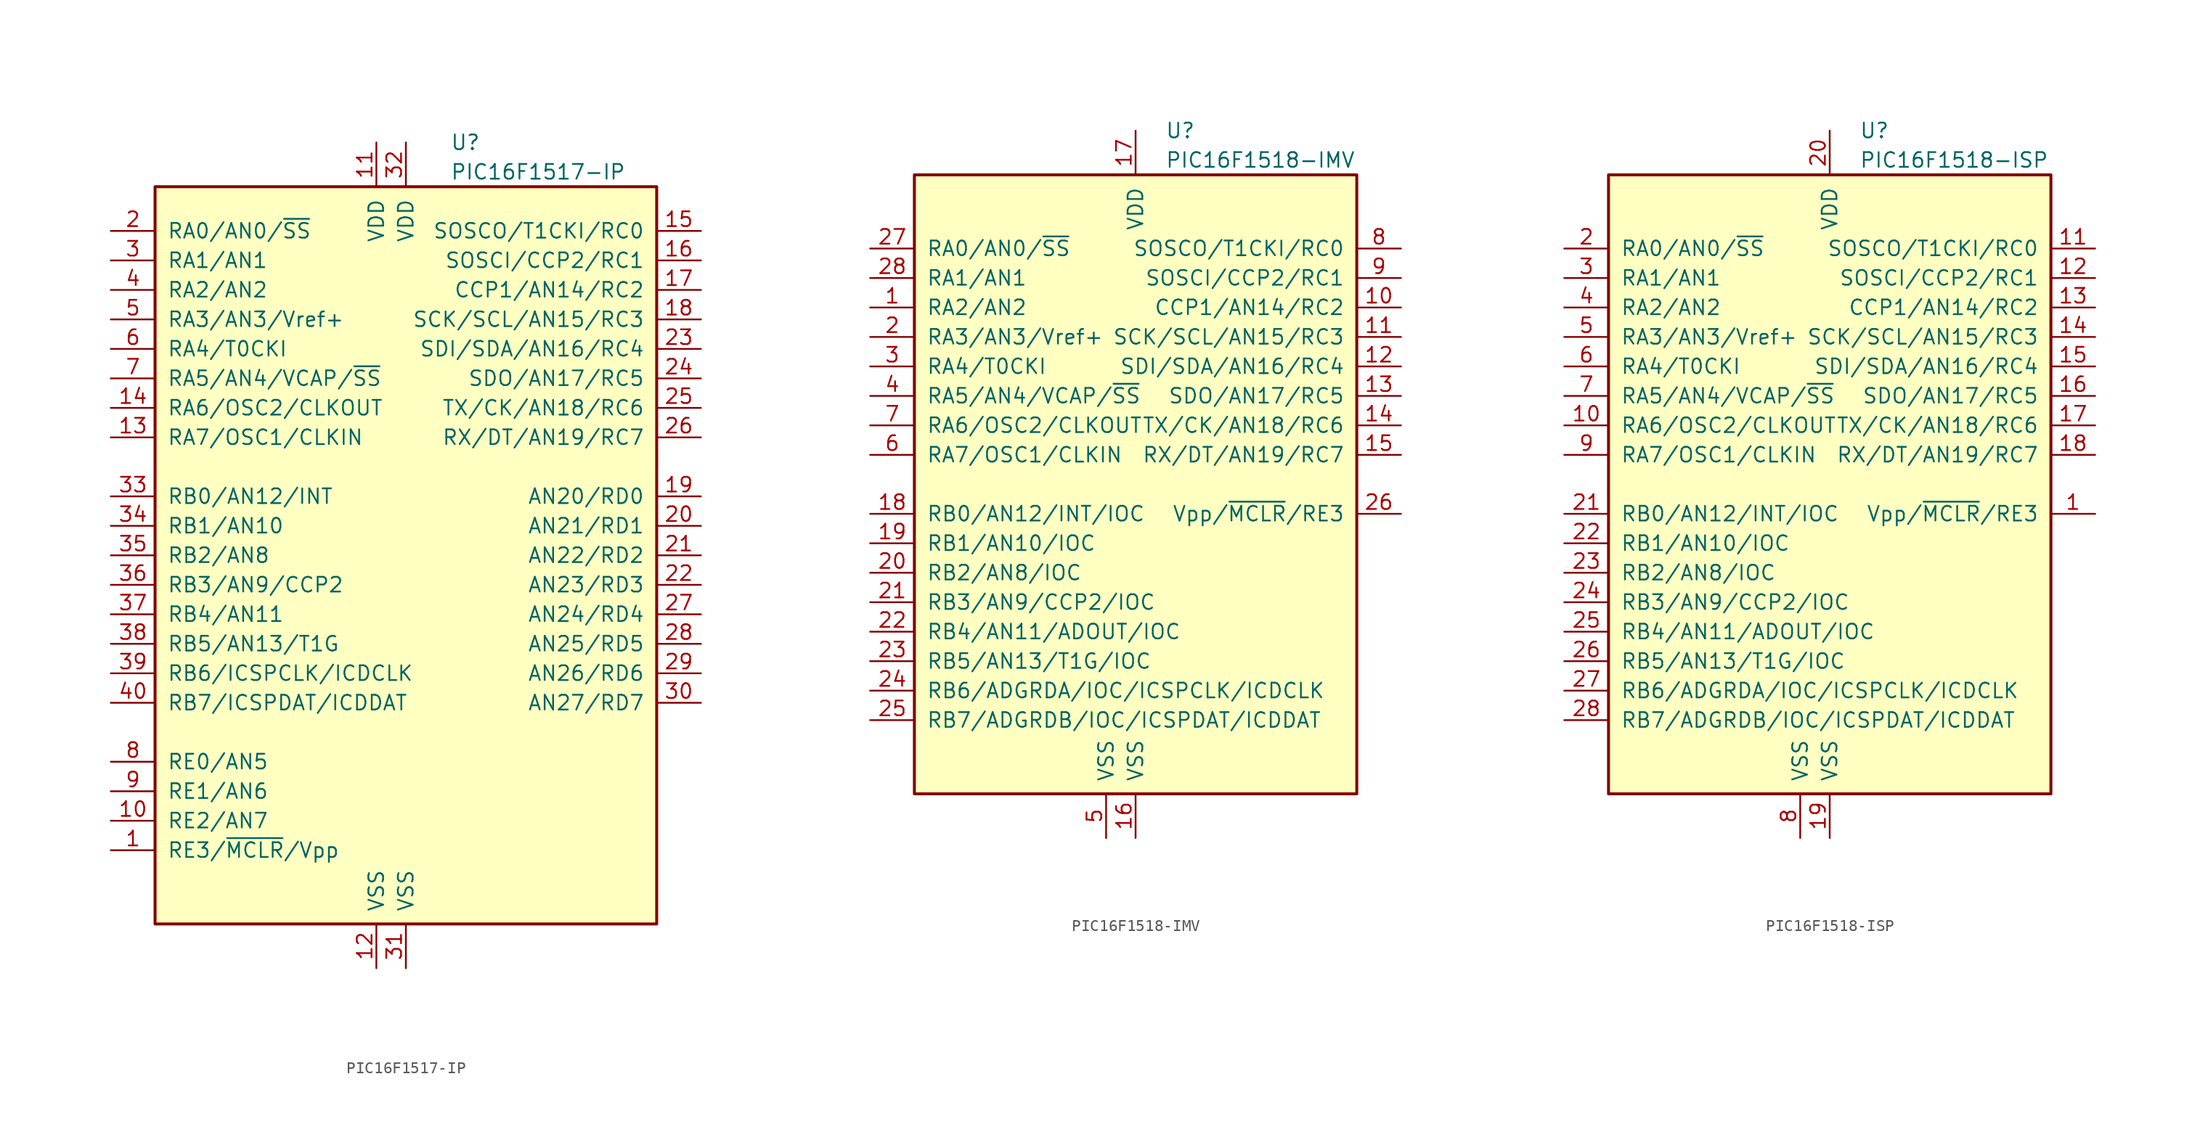
<source format=kicad_sym>
(kicad_symbol_lib
  (version 20211014)
  (generator kicad_symbol_editor)
  (symbol "PIC16F1517-IP"
    (pin_names
      (offset 1.016))
    (property "Reference" "U"
      (at 3.81 35.56 0)
      (effects (font (size 1.27 1.27)) (justify left)))
    (property "Value" "PIC16F1517-IP"
      (at 3.81 33.02 0)
      (effects (font (size 1.27 1.27)) (justify left)))
    (symbol "PIC16F1517-IP_0_1"
      (rectangle (start -21.59 31.75) (end 21.59 -31.75) (stroke (width 0.254) (type default) (color 0 0 0 0)) (fill (type background))))
    (symbol "PIC16F1517-IP_1_1"
      (pin input line (at -25.4 -25.4 0) (length 3.81) (name "RE3/~{MCLR}/Vpp" (effects (font (size 1.27 1.27)))) (number "1" (effects (font (size 1.27 1.27)))))
      (pin bidirectional line (at -25.4 -22.86 0) (length 3.81) (name "RE2/AN7" (effects (font (size 1.27 1.27)))) (number "10" (effects (font (size 1.27 1.27)))))
      (pin power_in line (at -2.54 35.56 270) (length 3.81) (name "VDD" (effects (font (size 1.27 1.27)))) (number "11" (effects (font (size 1.27 1.27)))))
      (pin power_in line (at -2.54 -35.56 90) (length 3.81) (name "VSS" (effects (font (size 1.27 1.27)))) (number "12" (effects (font (size 1.27 1.27)))))
      (pin bidirectional line (at -25.4 10.16 0) (length 3.81) (name "RA7/OSC1/CLKIN" (effects (font (size 1.27 1.27)))) (number "13" (effects (font (size 1.27 1.27)))))
      (pin bidirectional line (at -25.4 12.7 0) (length 3.81) (name "RA6/OSC2/CLKOUT" (effects (font (size 1.27 1.27)))) (number "14" (effects (font (size 1.27 1.27)))))
      (pin bidirectional line (at 25.4 27.94 180) (length 3.81) (name "SOSCO/T1CKI/RC0" (effects (font (size 1.27 1.27)))) (number "15" (effects (font (size 1.27 1.27)))))
      (pin bidirectional line (at 25.4 25.4 180) (length 3.81) (name "SOSCI/CCP2/RC1" (effects (font (size 1.27 1.27)))) (number "16" (effects (font (size 1.27 1.27)))))
      (pin bidirectional line (at 25.4 22.86 180) (length 3.81) (name "CCP1/AN14/RC2" (effects (font (size 1.27 1.27)))) (number "17" (effects (font (size 1.27 1.27)))))
      (pin bidirectional line (at 25.4 20.32 180) (length 3.81) (name "SCK/SCL/AN15/RC3" (effects (font (size 1.27 1.27)))) (number "18" (effects (font (size 1.27 1.27)))))
      (pin bidirectional line (at 25.4 5.08 180) (length 3.81) (name "AN20/RD0" (effects (font (size 1.27 1.27)))) (number "19" (effects (font (size 1.27 1.27)))))
      (pin bidirectional line (at -25.4 27.94 0) (length 3.81) (name "RA0/AN0/~{SS}" (effects (font (size 1.27 1.27)))) (number "2" (effects (font (size 1.27 1.27)))))
      (pin bidirectional line (at 25.4 2.54 180) (length 3.81) (name "AN21/RD1" (effects (font (size 1.27 1.27)))) (number "20" (effects (font (size 1.27 1.27)))))
      (pin bidirectional line (at 25.4 0 180) (length 3.81) (name "AN22/RD2" (effects (font (size 1.27 1.27)))) (number "21" (effects (font (size 1.27 1.27)))))
      (pin bidirectional line (at 25.4 -2.54 180) (length 3.81) (name "AN23/RD3" (effects (font (size 1.27 1.27)))) (number "22" (effects (font (size 1.27 1.27)))))
      (pin bidirectional line (at 25.4 17.78 180) (length 3.81) (name "SDI/SDA/AN16/RC4" (effects (font (size 1.27 1.27)))) (number "23" (effects (font (size 1.27 1.27)))))
      (pin bidirectional line (at 25.4 15.24 180) (length 3.81) (name "SDO/AN17/RC5" (effects (font (size 1.27 1.27)))) (number "24" (effects (font (size 1.27 1.27)))))
      (pin bidirectional line (at 25.4 12.7 180) (length 3.81) (name "TX/CK/AN18/RC6" (effects (font (size 1.27 1.27)))) (number "25" (effects (font (size 1.27 1.27)))))
      (pin bidirectional line (at 25.4 10.16 180) (length 3.81) (name "RX/DT/AN19/RC7" (effects (font (size 1.27 1.27)))) (number "26" (effects (font (size 1.27 1.27)))))
      (pin bidirectional line (at 25.4 -5.08 180) (length 3.81) (name "AN24/RD4" (effects (font (size 1.27 1.27)))) (number "27" (effects (font (size 1.27 1.27)))))
      (pin bidirectional line (at 25.4 -7.62 180) (length 3.81) (name "AN25/RD5" (effects (font (size 1.27 1.27)))) (number "28" (effects (font (size 1.27 1.27)))))
      (pin bidirectional line (at 25.4 -10.16 180) (length 3.81) (name "AN26/RD6" (effects (font (size 1.27 1.27)))) (number "29" (effects (font (size 1.27 1.27)))))
      (pin bidirectional line (at -25.4 25.4 0) (length 3.81) (name "RA1/AN1" (effects (font (size 1.27 1.27)))) (number "3" (effects (font (size 1.27 1.27)))))
      (pin bidirectional line (at 25.4 -12.7 180) (length 3.81) (name "AN27/RD7" (effects (font (size 1.27 1.27)))) (number "30" (effects (font (size 1.27 1.27)))))
      (pin power_in line (at 0 -35.56 90) (length 3.81) (name "VSS" (effects (font (size 1.27 1.27)))) (number "31" (effects (font (size 1.27 1.27)))))
      (pin power_in line (at 0 35.56 270) (length 3.81) (name "VDD" (effects (font (size 1.27 1.27)))) (number "32" (effects (font (size 1.27 1.27)))))
      (pin bidirectional line (at -25.4 5.08 0) (length 3.81) (name "RB0/AN12/INT" (effects (font (size 1.27 1.27)))) (number "33" (effects (font (size 1.27 1.27)))))
      (pin bidirectional line (at -25.4 2.54 0) (length 3.81) (name "RB1/AN10" (effects (font (size 1.27 1.27)))) (number "34" (effects (font (size 1.27 1.27)))))
      (pin bidirectional line (at -25.4 0 0) (length 3.81) (name "RB2/AN8" (effects (font (size 1.27 1.27)))) (number "35" (effects (font (size 1.27 1.27)))))
      (pin bidirectional line (at -25.4 -2.54 0) (length 3.81) (name "RB3/AN9/CCP2" (effects (font (size 1.27 1.27)))) (number "36" (effects (font (size 1.27 1.27)))))
      (pin bidirectional line (at -25.4 -5.08 0) (length 3.81) (name "RB4/AN11" (effects (font (size 1.27 1.27)))) (number "37" (effects (font (size 1.27 1.27)))))
      (pin bidirectional line (at -25.4 -7.62 0) (length 3.81) (name "RB5/AN13/T1G" (effects (font (size 1.27 1.27)))) (number "38" (effects (font (size 1.27 1.27)))))
      (pin bidirectional line (at -25.4 -10.16 0) (length 3.81) (name "RB6/ICSPCLK/ICDCLK" (effects (font (size 1.27 1.27)))) (number "39" (effects (font (size 1.27 1.27)))))
      (pin bidirectional line (at -25.4 22.86 0) (length 3.81) (name "RA2/AN2" (effects (font (size 1.27 1.27)))) (number "4" (effects (font (size 1.27 1.27)))))
      (pin bidirectional line (at -25.4 -12.7 0) (length 3.81) (name "RB7/ICSPDAT/ICDDAT" (effects (font (size 1.27 1.27)))) (number "40" (effects (font (size 1.27 1.27)))))
      (pin bidirectional line (at -25.4 20.32 0) (length 3.81) (name "RA3/AN3/Vref+" (effects (font (size 1.27 1.27)))) (number "5" (effects (font (size 1.27 1.27)))))
      (pin bidirectional line (at -25.4 17.78 0) (length 3.81) (name "RA4/T0CKI" (effects (font (size 1.27 1.27)))) (number "6" (effects (font (size 1.27 1.27)))))
      (pin bidirectional line (at -25.4 15.24 0) (length 3.81) (name "RA5/AN4/VCAP/~{SS}" (effects (font (size 1.27 1.27)))) (number "7" (effects (font (size 1.27 1.27)))))
      (pin bidirectional line (at -25.4 -17.78 0) (length 3.81) (name "RE0/AN5" (effects (font (size 1.27 1.27)))) (number "8" (effects (font (size 1.27 1.27)))))
      (pin bidirectional line (at -25.4 -20.32 0) (length 3.81) (name "RE1/AN6" (effects (font (size 1.27 1.27)))) (number "9" (effects (font (size 1.27 1.27)))))))
  (symbol "PIC16F1518-IMV"
    (pin_names
      (offset 1.016))
    (property "Reference" "U"
      (at 2.54 30.48 0)
      (effects (font (size 1.27 1.27)) (justify left)))
    (property "Value" "PIC16F1518-IMV"
      (at 2.54 27.94 0)
      (effects (font (size 1.27 1.27)) (justify left)))
    (symbol "PIC16F1518-IMV_0_1"
      (rectangle (start -19.05 26.67) (end 19.05 -26.67) (stroke (width 0.254) (type default) (color 0 0 0 0)) (fill (type background))))
    (symbol "PIC16F1518-IMV_1_1"
      (pin bidirectional line (at -22.86 15.24 0) (length 3.81) (name "RA2/AN2" (effects (font (size 1.27 1.27)))) (number "1" (effects (font (size 1.27 1.27)))))
      (pin bidirectional line (at 22.86 15.24 180) (length 3.81) (name "CCP1/AN14/RC2" (effects (font (size 1.27 1.27)))) (number "10" (effects (font (size 1.27 1.27)))))
      (pin bidirectional line (at 22.86 12.7 180) (length 3.81) (name "SCK/SCL/AN15/RC3" (effects (font (size 1.27 1.27)))) (number "11" (effects (font (size 1.27 1.27)))))
      (pin bidirectional line (at 22.86 10.16 180) (length 3.81) (name "SDI/SDA/AN16/RC4" (effects (font (size 1.27 1.27)))) (number "12" (effects (font (size 1.27 1.27)))))
      (pin bidirectional line (at 22.86 7.62 180) (length 3.81) (name "SDO/AN17/RC5" (effects (font (size 1.27 1.27)))) (number "13" (effects (font (size 1.27 1.27)))))
      (pin bidirectional line (at 22.86 5.08 180) (length 3.81) (name "TX/CK/AN18/RC6" (effects (font (size 1.27 1.27)))) (number "14" (effects (font (size 1.27 1.27)))))
      (pin bidirectional line (at 22.86 2.54 180) (length 3.81) (name "RX/DT/AN19/RC7" (effects (font (size 1.27 1.27)))) (number "15" (effects (font (size 1.27 1.27)))))
      (pin power_in line (at 0 -30.48 90) (length 3.81) (name "VSS" (effects (font (size 1.27 1.27)))) (number "16" (effects (font (size 1.27 1.27)))))
      (pin power_in line (at 0 30.48 270) (length 3.81) (name "VDD" (effects (font (size 1.27 1.27)))) (number "17" (effects (font (size 1.27 1.27)))))
      (pin bidirectional line (at -22.86 -2.54 0) (length 3.81) (name "RB0/AN12/INT/IOC" (effects (font (size 1.27 1.27)))) (number "18" (effects (font (size 1.27 1.27)))))
      (pin bidirectional line (at -22.86 -5.08 0) (length 3.81) (name "RB1/AN10/IOC" (effects (font (size 1.27 1.27)))) (number "19" (effects (font (size 1.27 1.27)))))
      (pin bidirectional line (at -22.86 12.7 0) (length 3.81) (name "RA3/AN3/Vref+" (effects (font (size 1.27 1.27)))) (number "2" (effects (font (size 1.27 1.27)))))
      (pin bidirectional line (at -22.86 -7.62 0) (length 3.81) (name "RB2/AN8/IOC" (effects (font (size 1.27 1.27)))) (number "20" (effects (font (size 1.27 1.27)))))
      (pin bidirectional line (at -22.86 -10.16 0) (length 3.81) (name "RB3/AN9/CCP2/IOC" (effects (font (size 1.27 1.27)))) (number "21" (effects (font (size 1.27 1.27)))))
      (pin bidirectional line (at -22.86 -12.7 0) (length 3.81) (name "RB4/AN11/ADOUT/IOC" (effects (font (size 1.27 1.27)))) (number "22" (effects (font (size 1.27 1.27)))))
      (pin bidirectional line (at -22.86 -15.24 0) (length 3.81) (name "RB5/AN13/T1G/IOC" (effects (font (size 1.27 1.27)))) (number "23" (effects (font (size 1.27 1.27)))))
      (pin bidirectional line (at -22.86 -17.78 0) (length 3.81) (name "RB6/ADGRDA/IOC/ICSPCLK/ICDCLK" (effects (font (size 1.27 1.27)))) (number "24" (effects (font (size 1.27 1.27)))))
      (pin bidirectional line (at -22.86 -20.32 0) (length 3.81) (name "RB7/ADGRDB/IOC/ICSPDAT/ICDDAT" (effects (font (size 1.27 1.27)))) (number "25" (effects (font (size 1.27 1.27)))))
      (pin input line (at 22.86 -2.54 180) (length 3.81) (name "Vpp/~{MCLR}/RE3" (effects (font (size 1.27 1.27)))) (number "26" (effects (font (size 1.27 1.27)))))
      (pin bidirectional line (at -22.86 20.32 0) (length 3.81) (name "RA0/AN0/~{SS}" (effects (font (size 1.27 1.27)))) (number "27" (effects (font (size 1.27 1.27)))))
      (pin bidirectional line (at -22.86 17.78 0) (length 3.81) (name "RA1/AN1" (effects (font (size 1.27 1.27)))) (number "28" (effects (font (size 1.27 1.27)))))
      (pin bidirectional line (at -22.86 10.16 0) (length 3.81) (name "RA4/T0CKI" (effects (font (size 1.27 1.27)))) (number "3" (effects (font (size 1.27 1.27)))))
      (pin bidirectional line (at -22.86 7.62 0) (length 3.81) (name "RA5/AN4/VCAP/~{SS}" (effects (font (size 1.27 1.27)))) (number "4" (effects (font (size 1.27 1.27)))))
      (pin power_in line (at -2.54 -30.48 90) (length 3.81) (name "VSS" (effects (font (size 1.27 1.27)))) (number "5" (effects (font (size 1.27 1.27)))))
      (pin bidirectional line (at -22.86 2.54 0) (length 3.81) (name "RA7/OSC1/CLKIN" (effects (font (size 1.27 1.27)))) (number "6" (effects (font (size 1.27 1.27)))))
      (pin bidirectional line (at -22.86 5.08 0) (length 3.81) (name "RA6/OSC2/CLKOUT" (effects (font (size 1.27 1.27)))) (number "7" (effects (font (size 1.27 1.27)))))
      (pin bidirectional line (at 22.86 20.32 180) (length 3.81) (name "SOSCO/T1CKI/RC0" (effects (font (size 1.27 1.27)))) (number "8" (effects (font (size 1.27 1.27)))))
      (pin bidirectional line (at 22.86 17.78 180) (length 3.81) (name "SOSCI/CCP2/RC1" (effects (font (size 1.27 1.27)))) (number "9" (effects (font (size 1.27 1.27)))))))
  (symbol "PIC16F1518-ISP"
    (pin_names
      (offset 1.016))
    (property "Reference" "U"
      (at 2.54 30.48 0)
      (effects (font (size 1.27 1.27)) (justify left)))
    (property "Value" "PIC16F1518-ISP"
      (at 2.54 27.94 0)
      (effects (font (size 1.27 1.27)) (justify left)))
    (symbol "PIC16F1518-ISP_0_1"
      (rectangle (start -19.05 26.67) (end 19.05 -26.67) (stroke (width 0.254) (type default) (color 0 0 0 0)) (fill (type background))))
    (symbol "PIC16F1518-ISP_1_1"
      (pin input line (at 22.86 -2.54 180) (length 3.81) (name "Vpp/~{MCLR}/RE3" (effects (font (size 1.27 1.27)))) (number "1" (effects (font (size 1.27 1.27)))))
      (pin bidirectional line (at -22.86 5.08 0) (length 3.81) (name "RA6/OSC2/CLKOUT" (effects (font (size 1.27 1.27)))) (number "10" (effects (font (size 1.27 1.27)))))
      (pin bidirectional line (at 22.86 20.32 180) (length 3.81) (name "SOSCO/T1CKI/RC0" (effects (font (size 1.27 1.27)))) (number "11" (effects (font (size 1.27 1.27)))))
      (pin bidirectional line (at 22.86 17.78 180) (length 3.81) (name "SOSCI/CCP2/RC1" (effects (font (size 1.27 1.27)))) (number "12" (effects (font (size 1.27 1.27)))))
      (pin bidirectional line (at 22.86 15.24 180) (length 3.81) (name "CCP1/AN14/RC2" (effects (font (size 1.27 1.27)))) (number "13" (effects (font (size 1.27 1.27)))))
      (pin bidirectional line (at 22.86 12.7 180) (length 3.81) (name "SCK/SCL/AN15/RC3" (effects (font (size 1.27 1.27)))) (number "14" (effects (font (size 1.27 1.27)))))
      (pin bidirectional line (at 22.86 10.16 180) (length 3.81) (name "SDI/SDA/AN16/RC4" (effects (font (size 1.27 1.27)))) (number "15" (effects (font (size 1.27 1.27)))))
      (pin bidirectional line (at 22.86 7.62 180) (length 3.81) (name "SDO/AN17/RC5" (effects (font (size 1.27 1.27)))) (number "16" (effects (font (size 1.27 1.27)))))
      (pin bidirectional line (at 22.86 5.08 180) (length 3.81) (name "TX/CK/AN18/RC6" (effects (font (size 1.27 1.27)))) (number "17" (effects (font (size 1.27 1.27)))))
      (pin bidirectional line (at 22.86 2.54 180) (length 3.81) (name "RX/DT/AN19/RC7" (effects (font (size 1.27 1.27)))) (number "18" (effects (font (size 1.27 1.27)))))
      (pin power_in line (at 0 -30.48 90) (length 3.81) (name "VSS" (effects (font (size 1.27 1.27)))) (number "19" (effects (font (size 1.27 1.27)))))
      (pin bidirectional line (at -22.86 20.32 0) (length 3.81) (name "RA0/AN0/~{SS}" (effects (font (size 1.27 1.27)))) (number "2" (effects (font (size 1.27 1.27)))))
      (pin power_in line (at 0 30.48 270) (length 3.81) (name "VDD" (effects (font (size 1.27 1.27)))) (number "20" (effects (font (size 1.27 1.27)))))
      (pin bidirectional line (at -22.86 -2.54 0) (length 3.81) (name "RB0/AN12/INT/IOC" (effects (font (size 1.27 1.27)))) (number "21" (effects (font (size 1.27 1.27)))))
      (pin bidirectional line (at -22.86 -5.08 0) (length 3.81) (name "RB1/AN10/IOC" (effects (font (size 1.27 1.27)))) (number "22" (effects (font (size 1.27 1.27)))))
      (pin bidirectional line (at -22.86 -7.62 0) (length 3.81) (name "RB2/AN8/IOC" (effects (font (size 1.27 1.27)))) (number "23" (effects (font (size 1.27 1.27)))))
      (pin bidirectional line (at -22.86 -10.16 0) (length 3.81) (name "RB3/AN9/CCP2/IOC" (effects (font (size 1.27 1.27)))) (number "24" (effects (font (size 1.27 1.27)))))
      (pin bidirectional line (at -22.86 -12.7 0) (length 3.81) (name "RB4/AN11/ADOUT/IOC" (effects (font (size 1.27 1.27)))) (number "25" (effects (font (size 1.27 1.27)))))
      (pin bidirectional line (at -22.86 -15.24 0) (length 3.81) (name "RB5/AN13/T1G/IOC" (effects (font (size 1.27 1.27)))) (number "26" (effects (font (size 1.27 1.27)))))
      (pin bidirectional line (at -22.86 -17.78 0) (length 3.81) (name "RB6/ADGRDA/IOC/ICSPCLK/ICDCLK" (effects (font (size 1.27 1.27)))) (number "27" (effects (font (size 1.27 1.27)))))
      (pin bidirectional line (at -22.86 -20.32 0) (length 3.81) (name "RB7/ADGRDB/IOC/ICSPDAT/ICDDAT" (effects (font (size 1.27 1.27)))) (number "28" (effects (font (size 1.27 1.27)))))
      (pin bidirectional line (at -22.86 17.78 0) (length 3.81) (name "RA1/AN1" (effects (font (size 1.27 1.27)))) (number "3" (effects (font (size 1.27 1.27)))))
      (pin bidirectional line (at -22.86 15.24 0) (length 3.81) (name "RA2/AN2" (effects (font (size 1.27 1.27)))) (number "4" (effects (font (size 1.27 1.27)))))
      (pin bidirectional line (at -22.86 12.7 0) (length 3.81) (name "RA3/AN3/Vref+" (effects (font (size 1.27 1.27)))) (number "5" (effects (font (size 1.27 1.27)))))
      (pin bidirectional line (at -22.86 10.16 0) (length 3.81) (name "RA4/T0CKI" (effects (font (size 1.27 1.27)))) (number "6" (effects (font (size 1.27 1.27)))))
      (pin bidirectional line (at -22.86 7.62 0) (length 3.81) (name "RA5/AN4/VCAP/~{SS}" (effects (font (size 1.27 1.27)))) (number "7" (effects (font (size 1.27 1.27)))))
      (pin power_in line (at -2.54 -30.48 90) (length 3.81) (name "VSS" (effects (font (size 1.27 1.27)))) (number "8" (effects (font (size 1.27 1.27)))))
      (pin bidirectional line (at -22.86 2.54 0) (length 3.81) (name "RA7/OSC1/CLKIN" (effects (font (size 1.27 1.27)))) (number "9" (effects (font (size 1.27 1.27))))))))
</source>
